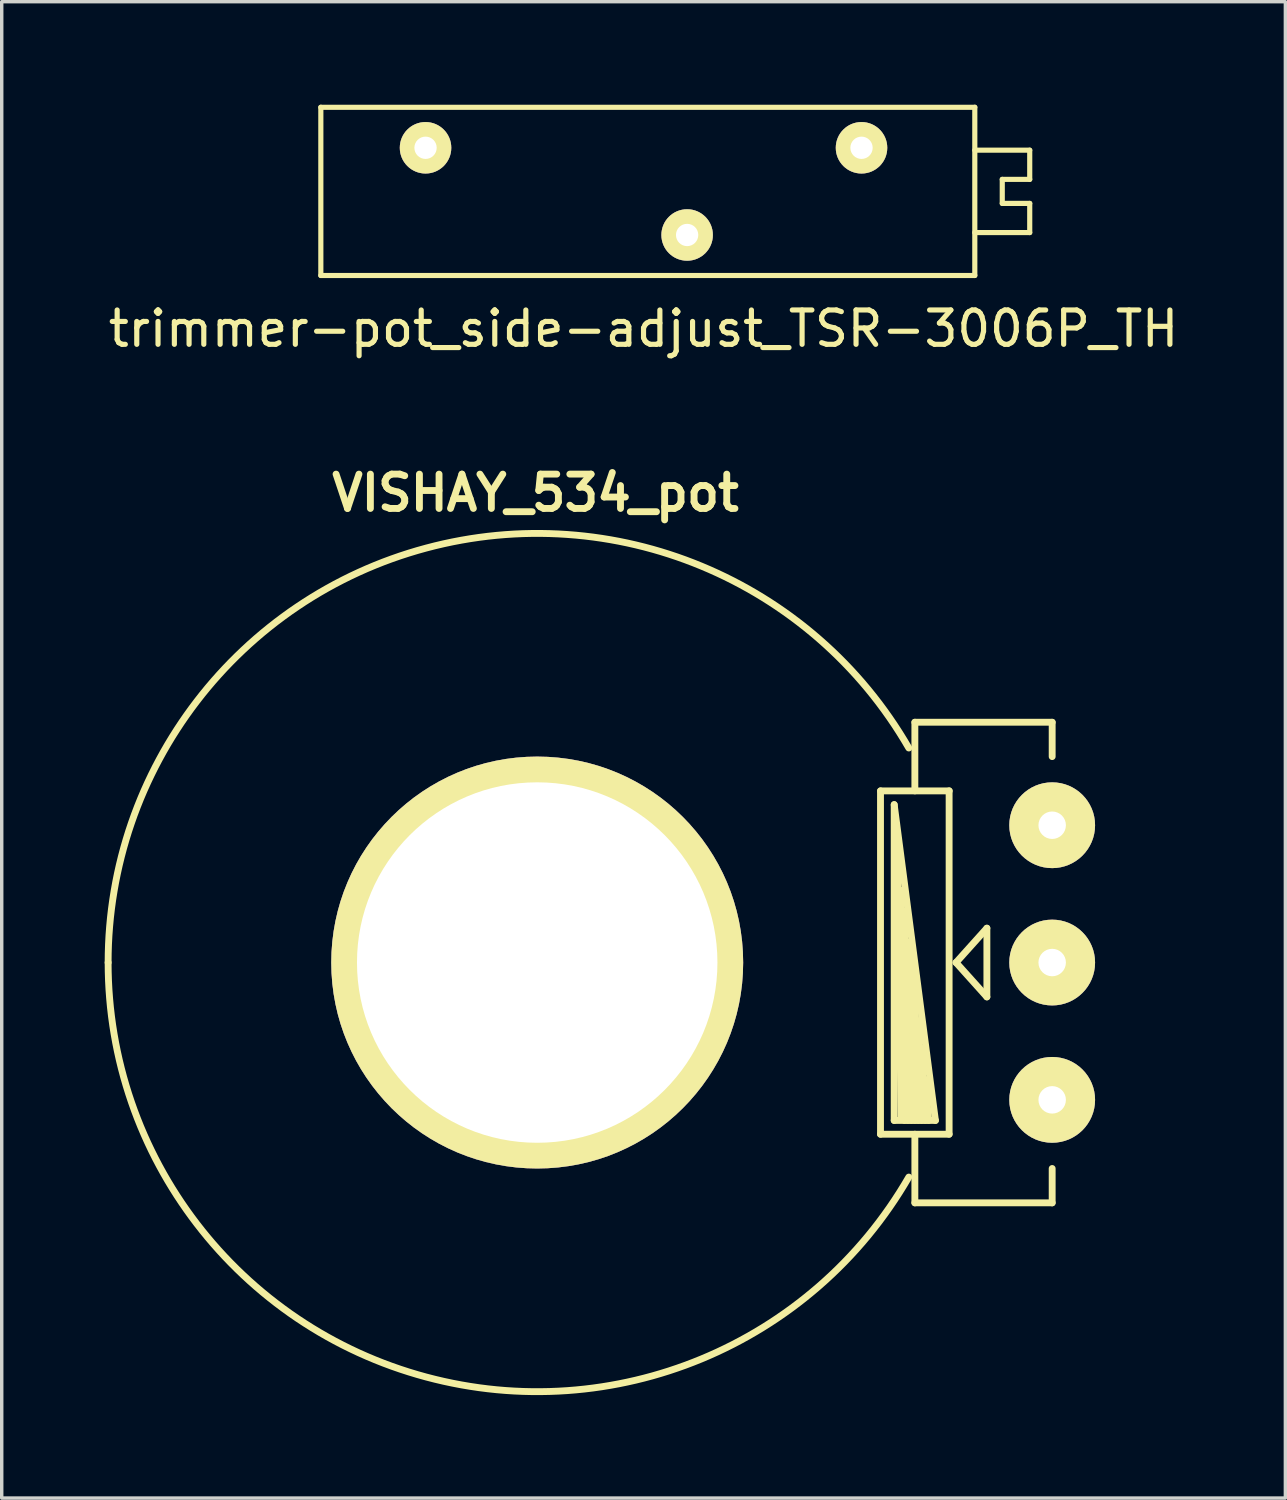
<source format=kicad_pcb>
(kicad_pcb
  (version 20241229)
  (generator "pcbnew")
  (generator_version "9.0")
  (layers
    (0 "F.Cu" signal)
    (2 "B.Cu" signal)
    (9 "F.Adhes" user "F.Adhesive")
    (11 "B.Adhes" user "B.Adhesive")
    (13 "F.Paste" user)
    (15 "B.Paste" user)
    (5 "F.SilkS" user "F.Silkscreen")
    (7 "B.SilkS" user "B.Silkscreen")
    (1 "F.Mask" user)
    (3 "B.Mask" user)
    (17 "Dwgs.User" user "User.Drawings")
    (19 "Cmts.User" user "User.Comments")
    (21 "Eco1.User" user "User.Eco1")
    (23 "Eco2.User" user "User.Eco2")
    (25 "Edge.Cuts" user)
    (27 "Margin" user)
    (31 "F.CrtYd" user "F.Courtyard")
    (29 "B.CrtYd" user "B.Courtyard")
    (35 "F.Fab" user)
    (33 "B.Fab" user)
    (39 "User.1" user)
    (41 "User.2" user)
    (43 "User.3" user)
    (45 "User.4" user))
  (footprint "trimmer-pot_side-adjust_TSR-3006P_TH"
    (layer "F.Cu")
    (at 15.696 2.525)
    (property "Reference" "trimmer-pot_side-adjust_TSR-3006P_TH" (at 0 4 0) (layer "F.SilkS") (effects (font (size 1 1) (thickness 0.15))))
    (attr through_hole)
    (fp_line (start -9.4 -2.45) (end -9.4 2.45) (stroke (width 0.15) (type solid)) (layer "F.SilkS"))
    (fp_line (start -9.4 2.45) (end 9.65 2.45) (stroke (width 0.15) (type solid)) (layer "F.SilkS"))
    (fp_line (start 9.65 -2.45) (end -9.4 -2.45) (stroke (width 0.15) (type solid)) (layer "F.SilkS"))
    (fp_line (start 9.65 -2.45) (end 9.65 2.45) (stroke (width 0.15) (type solid)) (layer "F.SilkS"))
    (fp_line (start 9.65 -1.2) (end 11.25 -1.2) (stroke (width 0.15) (type solid)) (layer "F.SilkS"))
    (fp_line (start 10.45 -0.35) (end 10.45 0.35) (stroke (width 0.15) (type solid)) (layer "F.SilkS"))
    (fp_line (start 10.45 0.35) (end 11.25 0.35) (stroke (width 0.15) (type solid)) (layer "F.SilkS"))
    (fp_line (start 11.25 -0.35) (end 10.45 -0.35) (stroke (width 0.15) (type solid)) (layer "F.SilkS"))
    (fp_line (start 11.25 -0.35) (end 11.25 -1.2) (stroke (width 0.15) (type solid)) (layer "F.SilkS"))
    (fp_line (start 11.25 0.35) (end 11.25 1.2) (stroke (width 0.15) (type solid)) (layer "F.SilkS"))
    (fp_line (start 11.25 1.2) (end 9.65 1.2) (stroke (width 0.15) (type solid)) (layer "F.SilkS"))
    (pad "1" thru_hole circle (at -6.35 -1.27) (size 1.5 1.5) (drill 0.65) (layers "*.Cu" "*.Mask" "F.SilkS"))
    (pad "2" thru_hole circle (at 1.27 1.27) (size 1.5 1.5) (drill 0.65) (layers "*.Cu" "*.Mask" "F.SilkS"))
    (pad "3" thru_hole circle (at 6.35 -1.27) (size 1.5 1.5) (drill 0.65) (layers "*.Cu" "*.Mask" "F.SilkS")))
  (footprint "VISHAY_534_pot"
    (layer "F.Cu")
    (at 12.599 24.989)
    (property "Reference" "VISHAY_534_pot" (at -0.05 -13.68 0) (layer "F.SilkS") (effects (font (size 1 1) (thickness 0.2))))
    (attr through_hole)
    (fp_line (start 10 5.001) (end 10 -5.001) (stroke (width 0.2) (type solid)) (layer "F.SilkS"))
    (fp_line (start 10.003 -5.001) (end 12.002 -5.001) (stroke (width 0.2) (type solid)) (layer "F.SilkS"))
    (fp_line (start 10.399 -4.6) (end 10.399 4.6) (stroke (width 0.2) (type solid)) (layer "F.SilkS"))
    (fp_line (start 10.399 4.6) (end 11.6 4.6) (stroke (width 0.2) (type solid)) (layer "F.SilkS"))
    (fp_line (start 10.599 4.501) (end 10.5 -3.099) (stroke (width 0.2) (type solid)) (layer "F.SilkS"))
    (fp_line (start 10.701 4.6) (end 10.599 -2.101) (stroke (width 0.2) (type solid)) (layer "F.SilkS"))
    (fp_line (start 10.8 4.6) (end 10.701 -1.501) (stroke (width 0.2) (type solid)) (layer "F.SilkS"))
    (fp_line (start 10.899 4.6) (end 10.8 -0.599) (stroke (width 0.2) (type solid)) (layer "F.SilkS"))
    (fp_line (start 11.001 -7) (end 15.001 -7) (stroke (width 0.2) (type solid)) (layer "F.SilkS"))
    (fp_line (start 11.001 -5.001) (end 11.001 -7) (stroke (width 0.2) (type solid)) (layer "F.SilkS"))
    (fp_line (start 11.001 4.6) (end 10.899 -0.099) (stroke (width 0.2) (type solid)) (layer "F.SilkS"))
    (fp_line (start 11.001 5.001) (end 11.001 7) (stroke (width 0.2) (type solid)) (layer "F.SilkS"))
    (fp_line (start 11.001 7) (end 15.001 7) (stroke (width 0.2) (type solid)) (layer "F.SilkS"))
    (fp_line (start 11.1 4.6) (end 11.001 0.899) (stroke (width 0.2) (type solid)) (layer "F.SilkS"))
    (fp_line (start 11.199 4.6) (end 11.1 1.699) (stroke (width 0.2) (type solid)) (layer "F.SilkS"))
    (fp_line (start 11.3 4.6) (end 11.199 2.499) (stroke (width 0.2) (type solid)) (layer "F.SilkS"))
    (fp_line (start 11.4 4.6) (end 11.3 3.401) (stroke (width 0.2) (type solid)) (layer "F.SilkS"))
    (fp_line (start 11.6 4.6) (end 10.399 -4.6) (stroke (width 0.2) (type solid)) (layer "F.SilkS"))
    (fp_line (start 11.999 -5.001) (end 11.999 5.001) (stroke (width 0.2) (type solid)) (layer "F.SilkS"))
    (fp_line (start 11.999 5.001) (end 10 5.001) (stroke (width 0.2) (type solid)) (layer "F.SilkS"))
    (fp_line (start 12.2 0) (end 13.099 -1.001) (stroke (width 0.2) (type solid)) (layer "F.SilkS"))
    (fp_line (start 13.099 -1.001) (end 13.099 1.001) (stroke (width 0.2) (type solid)) (layer "F.SilkS"))
    (fp_line (start 13.099 1.001) (end 12.2 0) (stroke (width 0.2) (type solid)) (layer "F.SilkS"))
    (fp_line (start 15.001 -7) (end 15.001 -5.999) (stroke (width 0.2) (type solid)) (layer "F.SilkS"))
    (fp_line (start 15.001 7) (end 15.001 5.999) (stroke (width 0.2) (type solid)) (layer "F.SilkS"))
    (fp_arc (start -12.49934 0) (mid -3.235067 -12.073435) (end 10.824746 -6.24967) (stroke (width 0.2) (type solid)) (layer "F.SilkS"))
    (fp_arc (start 10.824746 6.24967) (mid -3.235067 12.073435) (end -12.49934 0) (stroke (width 0.2) (type solid)) (layer "F.SilkS"))
    (pad "1" thru_hole circle (at 15.001 -4) (size 2.499 2.499) (drill 0.8) (layers "*.Cu" "*.Mask" "F.SilkS"))
    (pad "2" thru_hole circle (at 15.001 0) (size 2.499 2.499) (drill 0.8) (layers "*.Cu" "*.Mask" "F.SilkS"))
    (pad "3" thru_hole circle (at 15.001 4) (size 2.499 2.499) (drill 0.8) (layers "*.Cu" "*.Mask" "F.SilkS"))
    (pad "4" thru_hole circle (at 0 0) (size 11.999 11.999) (drill 10.5) (layers "*.Cu" "*.Mask" "F.SilkS")))
  (gr_rect
    (start -3 -3)
    (end 34.393 40.589)
    (stroke (width 0.1) (type default))
    (fill no)
    (layer "Edge.Cuts")))
</source>
